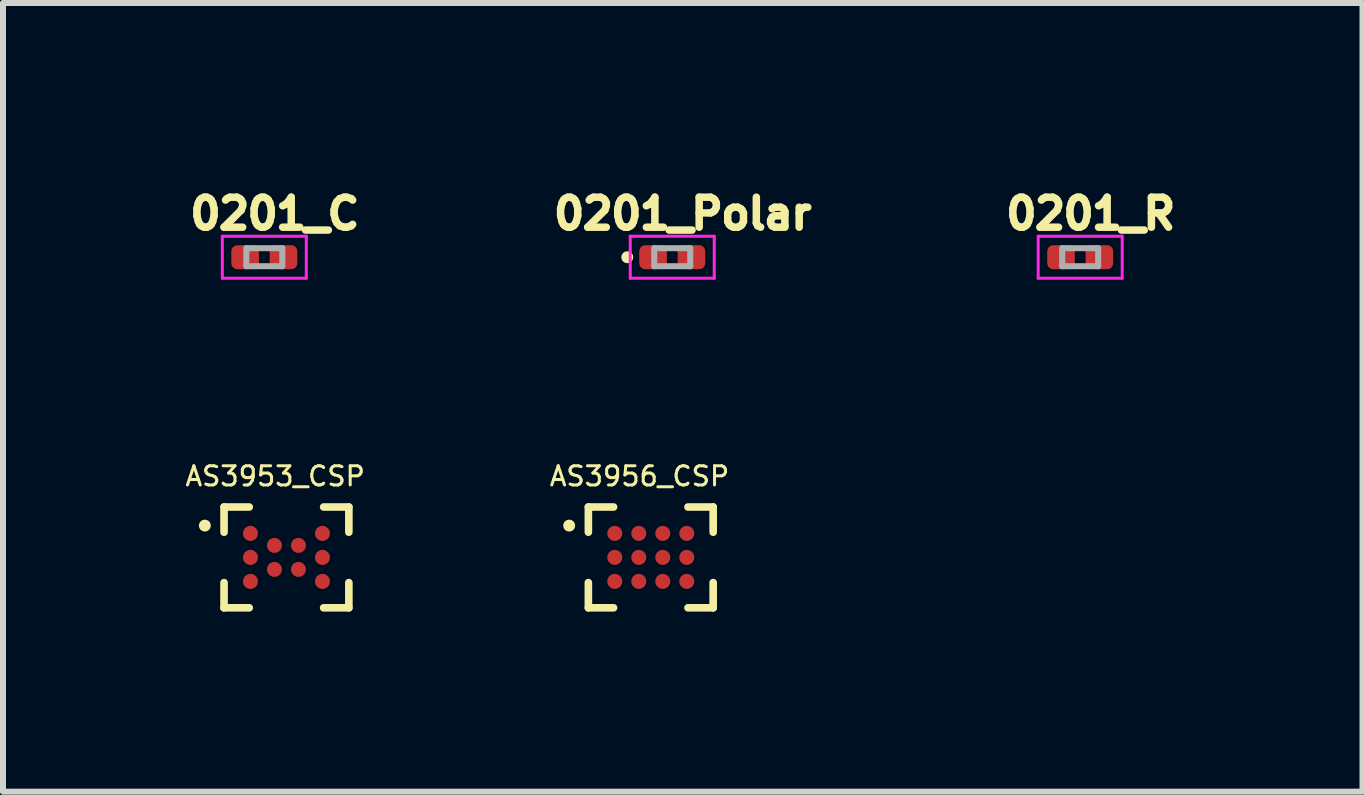
<source format=kicad_pcb>
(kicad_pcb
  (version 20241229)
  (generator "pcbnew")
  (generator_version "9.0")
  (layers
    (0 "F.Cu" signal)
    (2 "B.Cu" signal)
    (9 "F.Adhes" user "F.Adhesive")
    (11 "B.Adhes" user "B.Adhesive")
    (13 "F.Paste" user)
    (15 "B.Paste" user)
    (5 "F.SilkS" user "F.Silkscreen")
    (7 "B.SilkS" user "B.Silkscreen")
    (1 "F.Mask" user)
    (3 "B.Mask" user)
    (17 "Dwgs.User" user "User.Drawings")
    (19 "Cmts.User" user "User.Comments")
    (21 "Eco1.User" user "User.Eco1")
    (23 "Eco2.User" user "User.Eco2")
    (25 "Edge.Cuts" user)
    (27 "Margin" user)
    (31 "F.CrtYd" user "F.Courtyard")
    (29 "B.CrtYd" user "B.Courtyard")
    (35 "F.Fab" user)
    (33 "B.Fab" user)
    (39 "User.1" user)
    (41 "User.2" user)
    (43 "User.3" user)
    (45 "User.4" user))
  (footprint "0201_R"
    (layer "F.Cu")
    (at 14.953 1.237)
    (property "Reference" "0201_R" (at 0.175 -0.725 0) (layer "F.SilkS") (effects (font (size 0.5 0.5) (thickness 0.125))))
    (attr smd)
    (fp_poly (pts (xy -0.14 0.11) (xy -0.415 0.11) (xy -0.415 -0.11) (xy -0.14 -0.11)) (stroke (width 0.1) (type solid)) (fill yes) (layer "F.Paste"))
    (fp_poly (pts (xy 0.41 0.11) (xy 0.14 0.11) (xy 0.14 -0.11) (xy 0.41 -0.11)) (stroke (width 0.1) (type solid)) (fill yes) (layer "F.Paste"))
    (fp_line (start -0.7 -0.35) (end 0.7 -0.35) (stroke (width 0.05) (type solid)) (layer "F.CrtYd"))
    (fp_line (start -0.7 0.35) (end -0.7 -0.35) (stroke (width 0.05) (type solid)) (layer "F.CrtYd"))
    (fp_line (start 0.7 -0.35) (end 0.7 0.35) (stroke (width 0.05) (type solid)) (layer "F.CrtYd"))
    (fp_line (start 0.7 0.35) (end -0.7 0.35) (stroke (width 0.05) (type solid)) (layer "F.CrtYd"))
    (fp_line (start -0.3 -0.15) (end 0.3 -0.15) (stroke (width 0.1) (type solid)) (layer "F.Fab"))
    (fp_line (start -0.3 0.15) (end -0.3 -0.15) (stroke (width 0.1) (type solid)) (layer "F.Fab"))
    (fp_line (start 0.3 -0.15) (end 0.3 0.15) (stroke (width 0.1) (type solid)) (layer "F.Fab"))
    (fp_line (start 0.3 0.15) (end -0.3 0.15) (stroke (width 0.1) (type solid)) (layer "F.Fab"))
    (pad "1" smd roundrect (at -0.32 0) (size 0.46 0.4) (layers "F.Cu" "F.Mask") (roundrect_rratio 0.25))
    (pad "2" smd roundrect (at 0.32 0) (size 0.46 0.4) (layers "F.Cu" "F.Mask") (roundrect_rratio 0.25)))
  (footprint "0201_C"
    (layer "F.Cu")
    (at 1.355 1.237)
    (property "Reference" "0201_C" (at 0.175 -0.725 0) (layer "F.SilkS") (effects (font (size 0.5 0.5) (thickness 0.125))))
    (attr smd)
    (fp_poly (pts (xy -0.14 0.11) (xy -0.415 0.11) (xy -0.415 -0.11) (xy -0.14 -0.11)) (stroke (width 0.1) (type solid)) (fill yes) (layer "F.Paste"))
    (fp_poly (pts (xy 0.41 0.11) (xy 0.14 0.11) (xy 0.14 -0.11) (xy 0.41 -0.11)) (stroke (width 0.1) (type solid)) (fill yes) (layer "F.Paste"))
    (fp_line (start -0.7 -0.35) (end 0.7 -0.35) (stroke (width 0.05) (type solid)) (layer "F.CrtYd"))
    (fp_line (start -0.7 0.35) (end -0.7 -0.35) (stroke (width 0.05) (type solid)) (layer "F.CrtYd"))
    (fp_line (start 0.7 -0.35) (end 0.7 0.35) (stroke (width 0.05) (type solid)) (layer "F.CrtYd"))
    (fp_line (start 0.7 0.35) (end -0.7 0.35) (stroke (width 0.05) (type solid)) (layer "F.CrtYd"))
    (fp_line (start -0.3 -0.15) (end 0.3 -0.15) (stroke (width 0.1) (type solid)) (layer "F.Fab"))
    (fp_line (start -0.3 0.15) (end -0.3 -0.15) (stroke (width 0.1) (type solid)) (layer "F.Fab"))
    (fp_line (start 0.3 -0.15) (end 0.3 0.15) (stroke (width 0.1) (type solid)) (layer "F.Fab"))
    (fp_line (start 0.3 0.15) (end -0.3 0.15) (stroke (width 0.1) (type solid)) (layer "F.Fab"))
    (pad "1" smd roundrect (at -0.32 0) (size 0.46 0.4) (layers "F.Cu" "F.Mask") (roundrect_rratio 0.25))
    (pad "2" smd roundrect (at 0.32 0) (size 0.46 0.4) (layers "F.Cu" "F.Mask") (roundrect_rratio 0.25)))
  (footprint "AS3956_CSP"
    (layer "F.Cu")
    (at 7.796 6.24)
    (property "Reference" "AS3956_CSP" (at -0.187 -1.353 0) (layer "F.SilkS") (effects (font (size 0.32 0.32) (thickness 0.05))))
    (attr smd)
    (fp_line (start -1.04 -0.84) (end -0.62 -0.84) (stroke (width 0.127) (type solid)) (layer "F.SilkS"))
    (fp_line (start -1.04 -0.42) (end -1.04 -0.84) (stroke (width 0.127) (type solid)) (layer "F.SilkS"))
    (fp_line (start -1.04 0.42) (end -1.04 0.84) (stroke (width 0.127) (type solid)) (layer "F.SilkS"))
    (fp_line (start -1.04 0.84) (end -0.62 0.84) (stroke (width 0.127) (type solid)) (layer "F.SilkS"))
    (fp_line (start 0.62 -0.84) (end 1.04 -0.84) (stroke (width 0.127) (type solid)) (layer "F.SilkS"))
    (fp_line (start 0.62 0.84) (end 1.04 0.84) (stroke (width 0.127) (type solid)) (layer "F.SilkS"))
    (fp_line (start 1.04 -0.84) (end 1.04 -0.42) (stroke (width 0.127) (type solid)) (layer "F.SilkS"))
    (fp_line (start 1.04 0.84) (end 1.04 0.42) (stroke (width 0.127) (type solid)) (layer "F.SilkS"))
    (fp_circle (center -1.36 -0.53) (end -1.31 -0.53) (stroke (width 0.1) (type solid)) (fill no) (layer "F.SilkS"))
    (pad "A1" smd circle (at -0.6 -0.4) (size 0.25 0.25) (layers "F.Cu" "F.Mask" "F.Paste"))
    (pad "A2" smd circle (at -0.2 -0.4) (size 0.25 0.25) (layers "F.Cu" "F.Mask" "F.Paste"))
    (pad "A3" smd circle (at 0.2 -0.4) (size 0.25 0.25) (layers "F.Cu" "F.Mask" "F.Paste"))
    (pad "A4" smd circle (at 0.6 -0.4) (size 0.25 0.25) (layers "F.Cu" "F.Mask" "F.Paste"))
    (pad "B1" smd circle (at -0.6 0) (size 0.25 0.25) (layers "F.Cu" "F.Mask" "F.Paste"))
    (pad "B2" smd circle (at -0.2 0) (size 0.25 0.25) (layers "F.Cu" "F.Mask" "F.Paste"))
    (pad "B3" smd circle (at 0.2 0) (size 0.25 0.25) (layers "F.Cu" "F.Mask" "F.Paste"))
    (pad "B4" smd circle (at 0.6 0) (size 0.25 0.25) (layers "F.Cu" "F.Mask" "F.Paste"))
    (pad "C1" smd circle (at -0.6 0.4) (size 0.25 0.25) (layers "F.Cu" "F.Mask" "F.Paste"))
    (pad "C2" smd circle (at -0.2 0.4) (size 0.25 0.25) (layers "F.Cu" "F.Mask" "F.Paste"))
    (pad "C3" smd circle (at 0.2 0.4) (size 0.25 0.25) (layers "F.Cu" "F.Mask" "F.Paste"))
    (pad "C4" smd circle (at 0.6 0.4) (size 0.25 0.25) (layers "F.Cu" "F.Mask" "F.Paste")))
  (footprint "AS3953_CSP"
    (layer "F.Cu")
    (at 1.724 6.24)
    (property "Reference" "AS3953_CSP" (at -0.187 -1.353 0) (layer "F.SilkS") (effects (font (size 0.32 0.32) (thickness 0.05))))
    (attr smd)
    (fp_line (start -1.04 -0.84) (end -0.62 -0.84) (stroke (width 0.127) (type solid)) (layer "F.SilkS"))
    (fp_line (start -1.04 -0.42) (end -1.04 -0.84) (stroke (width 0.127) (type solid)) (layer "F.SilkS"))
    (fp_line (start -1.04 0.42) (end -1.04 0.84) (stroke (width 0.127) (type solid)) (layer "F.SilkS"))
    (fp_line (start -1.04 0.84) (end -0.62 0.84) (stroke (width 0.127) (type solid)) (layer "F.SilkS"))
    (fp_line (start 0.62 -0.84) (end 1.04 -0.84) (stroke (width 0.127) (type solid)) (layer "F.SilkS"))
    (fp_line (start 0.62 0.84) (end 1.04 0.84) (stroke (width 0.127) (type solid)) (layer "F.SilkS"))
    (fp_line (start 1.04 -0.84) (end 1.04 -0.42) (stroke (width 0.127) (type solid)) (layer "F.SilkS"))
    (fp_line (start 1.04 0.84) (end 1.04 0.42) (stroke (width 0.127) (type solid)) (layer "F.SilkS"))
    (fp_circle (center -1.36 -0.53) (end -1.31 -0.53) (stroke (width 0.1) (type solid)) (fill no) (layer "F.SilkS"))
    (pad "A1" smd circle (at -0.6 -0.4) (size 0.25 0.25) (layers "F.Cu" "F.Mask" "F.Paste"))
    (pad "A2" smd circle (at -0.2 -0.2) (size 0.25 0.25) (layers "F.Cu" "F.Mask" "F.Paste"))
    (pad "A3" smd circle (at 0.2 -0.2) (size 0.25 0.25) (layers "F.Cu" "F.Mask" "F.Paste"))
    (pad "A4" smd circle (at 0.6 -0.4) (size 0.25 0.25) (layers "F.Cu" "F.Mask" "F.Paste"))
    (pad "B1" smd circle (at -0.6 0) (size 0.25 0.25) (layers "F.Cu" "F.Mask" "F.Paste"))
    (pad "B2" smd circle (at -0.2 0.2) (size 0.25 0.25) (layers "F.Cu" "F.Mask" "F.Paste"))
    (pad "B3" smd circle (at 0.2 0.2) (size 0.25 0.25) (layers "F.Cu" "F.Mask" "F.Paste"))
    (pad "B4" smd circle (at 0.6 0) (size 0.25 0.25) (layers "F.Cu" "F.Mask" "F.Paste"))
    (pad "C1" smd circle (at -0.6 0.4) (size 0.25 0.25) (layers "F.Cu" "F.Mask" "F.Paste"))
    (pad "C4" smd circle (at 0.6 0.4) (size 0.25 0.25) (layers "F.Cu" "F.Mask" "F.Paste")))
  (footprint "0201_Polar"
    (layer "F.Cu")
    (at 8.154 1.237)
    (property "Reference" "0201_Polar" (at 0.175 -0.725 0) (layer "F.SilkS") (effects (font (size 0.5 0.5) (thickness 0.125))))
    (attr smd)
    (fp_circle (center -0.75 0) (end -0.7 0) (stroke (width 0.1) (type solid)) (fill no) (layer "F.SilkS"))
    (fp_poly (pts (xy -0.14 0.11) (xy -0.415 0.11) (xy -0.415 -0.11) (xy -0.14 -0.11)) (stroke (width 0.1) (type solid)) (fill yes) (layer "F.Paste"))
    (fp_poly (pts (xy 0.41 0.11) (xy 0.14 0.11) (xy 0.14 -0.11) (xy 0.41 -0.11)) (stroke (width 0.1) (type solid)) (fill yes) (layer "F.Paste"))
    (fp_line (start -0.7 -0.35) (end 0.7 -0.35) (stroke (width 0.05) (type solid)) (layer "F.CrtYd"))
    (fp_line (start -0.7 0.35) (end -0.7 -0.35) (stroke (width 0.05) (type solid)) (layer "F.CrtYd"))
    (fp_line (start 0.7 -0.35) (end 0.7 0.35) (stroke (width 0.05) (type solid)) (layer "F.CrtYd"))
    (fp_line (start 0.7 0.35) (end -0.7 0.35) (stroke (width 0.05) (type solid)) (layer "F.CrtYd"))
    (fp_line (start -0.3 -0.15) (end 0.3 -0.15) (stroke (width 0.1) (type solid)) (layer "F.Fab"))
    (fp_line (start -0.3 0.15) (end -0.3 -0.15) (stroke (width 0.1) (type solid)) (layer "F.Fab"))
    (fp_line (start 0.3 -0.15) (end 0.3 0.15) (stroke (width 0.1) (type solid)) (layer "F.Fab"))
    (fp_line (start 0.3 0.15) (end -0.3 0.15) (stroke (width 0.1) (type solid)) (layer "F.Fab"))
    (pad "1" smd roundrect (at -0.32 0) (size 0.46 0.4) (layers "F.Cu" "F.Mask") (roundrect_rratio 0.25))
    (pad "2" smd roundrect (at 0.32 0) (size 0.46 0.4) (layers "F.Cu" "F.Mask") (roundrect_rratio 0.25)))
  (gr_rect
    (start -3 -3)
    (end 19.658 10.144)
    (stroke (width 0.1) (type default))
    (fill no)
    (layer "Edge.Cuts")))
</source>
